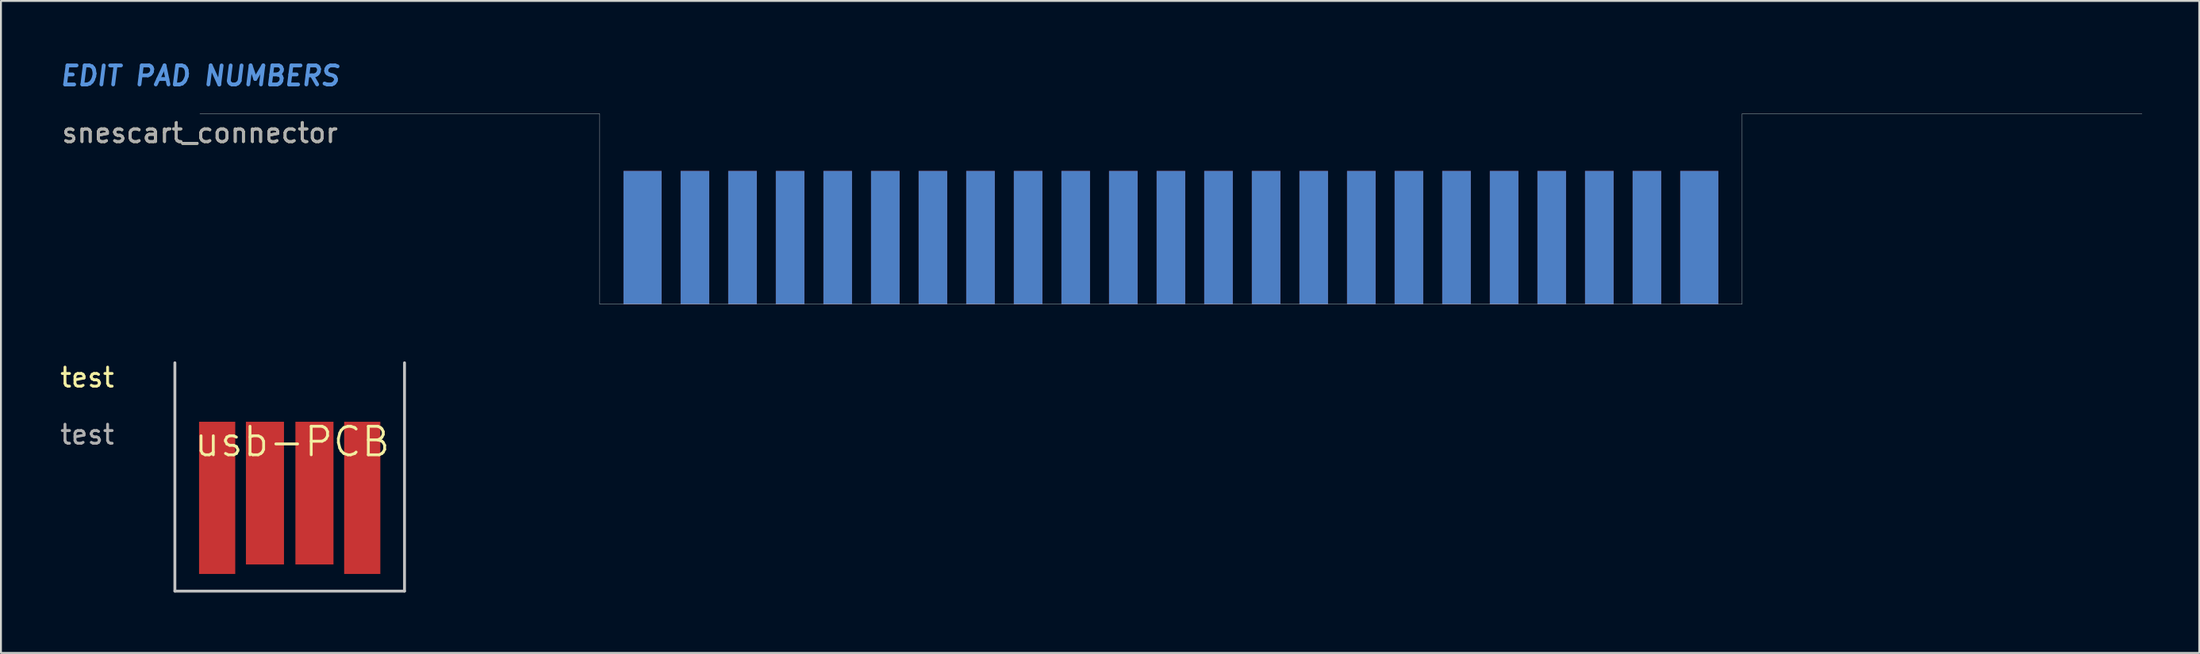
<source format=kicad_pcb>
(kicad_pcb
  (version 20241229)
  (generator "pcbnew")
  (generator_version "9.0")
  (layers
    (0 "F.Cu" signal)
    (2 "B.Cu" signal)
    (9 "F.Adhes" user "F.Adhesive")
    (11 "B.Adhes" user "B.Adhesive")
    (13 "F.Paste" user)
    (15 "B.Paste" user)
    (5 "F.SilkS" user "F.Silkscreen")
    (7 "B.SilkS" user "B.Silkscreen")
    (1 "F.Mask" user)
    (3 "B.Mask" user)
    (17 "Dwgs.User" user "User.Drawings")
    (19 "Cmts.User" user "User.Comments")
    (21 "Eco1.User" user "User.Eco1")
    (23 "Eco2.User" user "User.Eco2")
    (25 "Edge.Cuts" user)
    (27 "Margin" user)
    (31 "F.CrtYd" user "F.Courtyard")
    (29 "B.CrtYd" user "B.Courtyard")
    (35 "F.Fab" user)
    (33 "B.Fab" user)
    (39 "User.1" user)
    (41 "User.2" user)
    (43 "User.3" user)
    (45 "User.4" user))
  (footprint "test"
    (layer "F.Cu")
    (at 1.53 17.292)
    (property "Reference" "test" (at 0 -0.5 0) (unlocked yes) (layer "F.SilkS") (effects (font (size 1 1) (thickness 0.15))))
    (attr smd)
    (fp_text user "${REFERENCE}" (at 0 2.5 0) (unlocked yes) (layer "F.Fab") (effects (font (size 1 1) (thickness 0.15)))))
  (footprint "usb-PCB"
    (layer "F.Cu")
    (at 12.165 28.019)
    (property "Reference" "usb-PCB" (at 0.13 -7.85 0) (layer "F.SilkS") (effects (font (size 1.5 1.5) (thickness 0.15))))
    (attr exclude_from_pos_files exclude_from_bom)
    (fp_line (start -6.03 0) (end -6.03 -12) (stroke (width 0.15) (type solid)) (layer "Dwgs.User"))
    (fp_line (start 6.03 0) (end -6.03 0) (stroke (width 0.15) (type solid)) (layer "Dwgs.User"))
    (fp_line (start 6.03 0) (end 6.03 -12) (stroke (width 0.15) (type solid)) (layer "Dwgs.User"))
    (pad "1" connect rect (at 3.81 -4.9) (size 1.9 8) (layers "F.Cu" "F.Mask"))
    (pad "2" connect rect (at 1.3 -5.15) (size 2 7.5) (layers "F.Cu" "F.Mask"))
    (pad "3" connect rect (at -1.3 -5.15) (size 2 7.5) (layers "F.Cu" "F.Mask"))
    (pad "4" connect rect (at -3.81 -4.9) (size 1.9 8) (layers "F.Cu" "F.Mask")))
  (footprint "snescart_connector"
    (layer "F.Cu")
    (at 7.447 2.936)
    (property "Reference" "snescart_connector" (at 0 1 0) (layer "F.SilkS") (effects (font (size 1 1) (thickness 0.15))))
    (attr smd)
    (fp_line (start 0 0) (end 21 0) (stroke (width 0.016) (type solid)) (layer "Edge.Cuts"))
    (fp_line (start 21 0) (end 21 10) (stroke (width 0.016) (type solid)) (layer "Edge.Cuts"))
    (fp_line (start 21 10) (end 81 10) (stroke (width 0.016) (type solid)) (layer "Edge.Cuts"))
    (fp_line (start 81 0) (end 102 0) (stroke (width 0.016) (type solid)) (layer "Edge.Cuts"))
    (fp_line (start 81 10) (end 81 0) (stroke (width 0.016) (type solid)) (layer "Edge.Cuts"))
    (fp_text user "EDIT PAD NUMBERS" (at 0 -2 0) (layer "Cmts.User") (effects (font (size 1 1) (thickness 0.2) (italic yes))))
    (fp_text user "${REFERENCE}" (at 0 1 0) (layer "F.Fab") (effects (font (size 1 1) (thickness 0.15))))
    (pad "#" smd rect (at 23.25 6.5) (size 2 7) (layers "F.Cu" "F.Mask" "F.Paste"))
    (pad "#" smd rect (at 26 6.5) (size 1.5 7) (layers "F.Cu" "F.Mask" "F.Paste"))
    (pad "#" smd rect (at 28.5 6.5) (size 1.5 7) (layers "F.Cu" "F.Mask" "F.Paste"))
    (pad "#" smd rect (at 31 6.5) (size 1.5 7) (layers "F.Cu" "F.Mask" "F.Paste"))
    (pad "#" smd rect (at 33.5 6.5) (size 1.5 7) (layers "F.Cu" "F.Mask" "F.Paste"))
    (pad "#" smd rect (at 36 6.5) (size 1.5 7) (layers "F.Cu" "F.Mask" "F.Paste"))
    (pad "#" smd rect (at 38.5 6.5) (size 1.5 7) (layers "F.Cu" "F.Mask" "F.Paste"))
    (pad "#" smd rect (at 41 6.5) (size 1.5 7) (layers "F.Cu" "F.Mask" "F.Paste"))
    (pad "#" smd rect (at 43.5 6.5) (size 1.5 7) (layers "F.Cu" "F.Mask" "F.Paste"))
    (pad "#" smd rect (at 46 6.5) (size 1.5 7) (layers "F.Cu" "F.Mask" "F.Paste"))
    (pad "#" smd rect (at 48.5 6.5) (size 1.5 7) (layers "F.Cu" "F.Mask" "F.Paste"))
    (pad "#" smd rect (at 51 6.5) (size 1.5 7) (layers "F.Cu" "F.Mask" "F.Paste"))
    (pad "#" smd rect (at 53.5 6.5) (size 1.5 7) (layers "F.Cu" "F.Mask" "F.Paste"))
    (pad "#" smd rect (at 56 6.5) (size 1.5 7) (layers "F.Cu" "F.Mask" "F.Paste"))
    (pad "#" smd rect (at 58.5 6.5) (size 1.5 7) (layers "F.Cu" "F.Mask" "F.Paste"))
    (pad "#" smd rect (at 61 6.5) (size 1.5 7) (layers "F.Cu" "F.Mask" "F.Paste"))
    (pad "#" smd rect (at 63.5 6.5) (size 1.5 7) (layers "F.Cu" "F.Mask" "F.Paste"))
    (pad "#" smd rect (at 66 6.5) (size 1.5 7) (layers "F.Cu" "F.Mask" "F.Paste"))
    (pad "#" smd rect (at 68.5 6.5) (size 1.5 7) (layers "F.Cu" "F.Mask" "F.Paste"))
    (pad "#" smd rect (at 71 6.5) (size 1.5 7) (layers "F.Cu" "F.Mask" "F.Paste"))
    (pad "#" smd rect (at 73.5 6.5) (size 1.5 7) (layers "F.Cu" "F.Mask" "F.Paste"))
    (pad "#" smd rect (at 76 6.5) (size 1.5 7) (layers "F.Cu" "F.Mask" "F.Paste"))
    (pad "#" smd rect (at 78.75 6.5) (size 2 7) (layers "F.Cu" "F.Mask" "F.Paste"))
    (pad "5" smd rect (at 78.75 6.5) (size 2 7) (layers "B.Cu" "B.Mask" "B.Paste"))
    (pad "6" smd rect (at 76 6.5) (size 1.5 7) (layers "B.Cu" "B.Mask" "B.Paste"))
    (pad "7" smd rect (at 73.5 6.5) (size 1.5 7) (layers "B.Cu" "B.Mask" "B.Paste"))
    (pad "8" smd rect (at 71 6.5) (size 1.5 7) (layers "B.Cu" "B.Mask" "B.Paste"))
    (pad "9" smd rect (at 68.5 6.5) (size 1.5 7) (layers "B.Cu" "B.Mask" "B.Paste"))
    (pad "10" smd rect (at 66 6.5) (size 1.5 7) (layers "B.Cu" "B.Mask" "B.Paste"))
    (pad "11" smd rect (at 63.5 6.5) (size 1.5 7) (layers "B.Cu" "B.Mask" "B.Paste"))
    (pad "12" smd rect (at 61 6.5) (size 1.5 7) (layers "B.Cu" "B.Mask" "B.Paste"))
    (pad "13" smd rect (at 58.5 6.5) (size 1.5 7) (layers "B.Cu" "B.Mask" "B.Paste"))
    (pad "14" smd rect (at 56 6.5) (size 1.5 7) (layers "B.Cu" "B.Mask" "B.Paste"))
    (pad "15" smd rect (at 53.5 6.5) (size 1.5 7) (layers "B.Cu" "B.Mask" "B.Paste"))
    (pad "16" smd rect (at 51 6.5) (size 1.5 7) (layers "B.Cu" "B.Mask" "B.Paste"))
    (pad "17" smd rect (at 48.5 6.5) (size 1.5 7) (layers "B.Cu" "B.Mask" "B.Paste"))
    (pad "18" smd rect (at 46 6.5) (size 1.5 7) (layers "B.Cu" "B.Mask" "B.Paste"))
    (pad "19" smd rect (at 43.5 6.5) (size 1.5 7) (layers "B.Cu" "B.Mask" "B.Paste"))
    (pad "20" smd rect (at 41 6.5) (size 1.5 7) (layers "B.Cu" "B.Mask" "B.Paste"))
    (pad "21" smd rect (at 38.5 6.5) (size 1.5 7) (layers "B.Cu" "B.Mask" "B.Paste"))
    (pad "22" smd rect (at 36 6.5) (size 1.5 7) (layers "B.Cu" "B.Mask" "B.Paste"))
    (pad "23" smd rect (at 33.5 6.5) (size 1.5 7) (layers "B.Cu" "B.Mask" "B.Paste"))
    (pad "24" smd rect (at 31 6.5) (size 1.5 7) (layers "B.Cu" "B.Mask" "B.Paste"))
    (pad "25" smd rect (at 28.5 6.5) (size 1.5 7) (layers "B.Cu" "B.Mask" "B.Paste"))
    (pad "26" smd rect (at 26 6.5) (size 1.5 7) (layers "B.Cu" "B.Mask" "B.Paste"))
    (pad "27" smd rect (at 23.25 6.5) (size 2 7) (layers "B.Cu" "B.Mask" "B.Paste")))
  (gr_rect
    (start -3 -3)
    (end 112.455 31.269)
    (stroke (width 0.1) (type default))
    (fill no)
    (layer "Edge.Cuts")))
</source>
